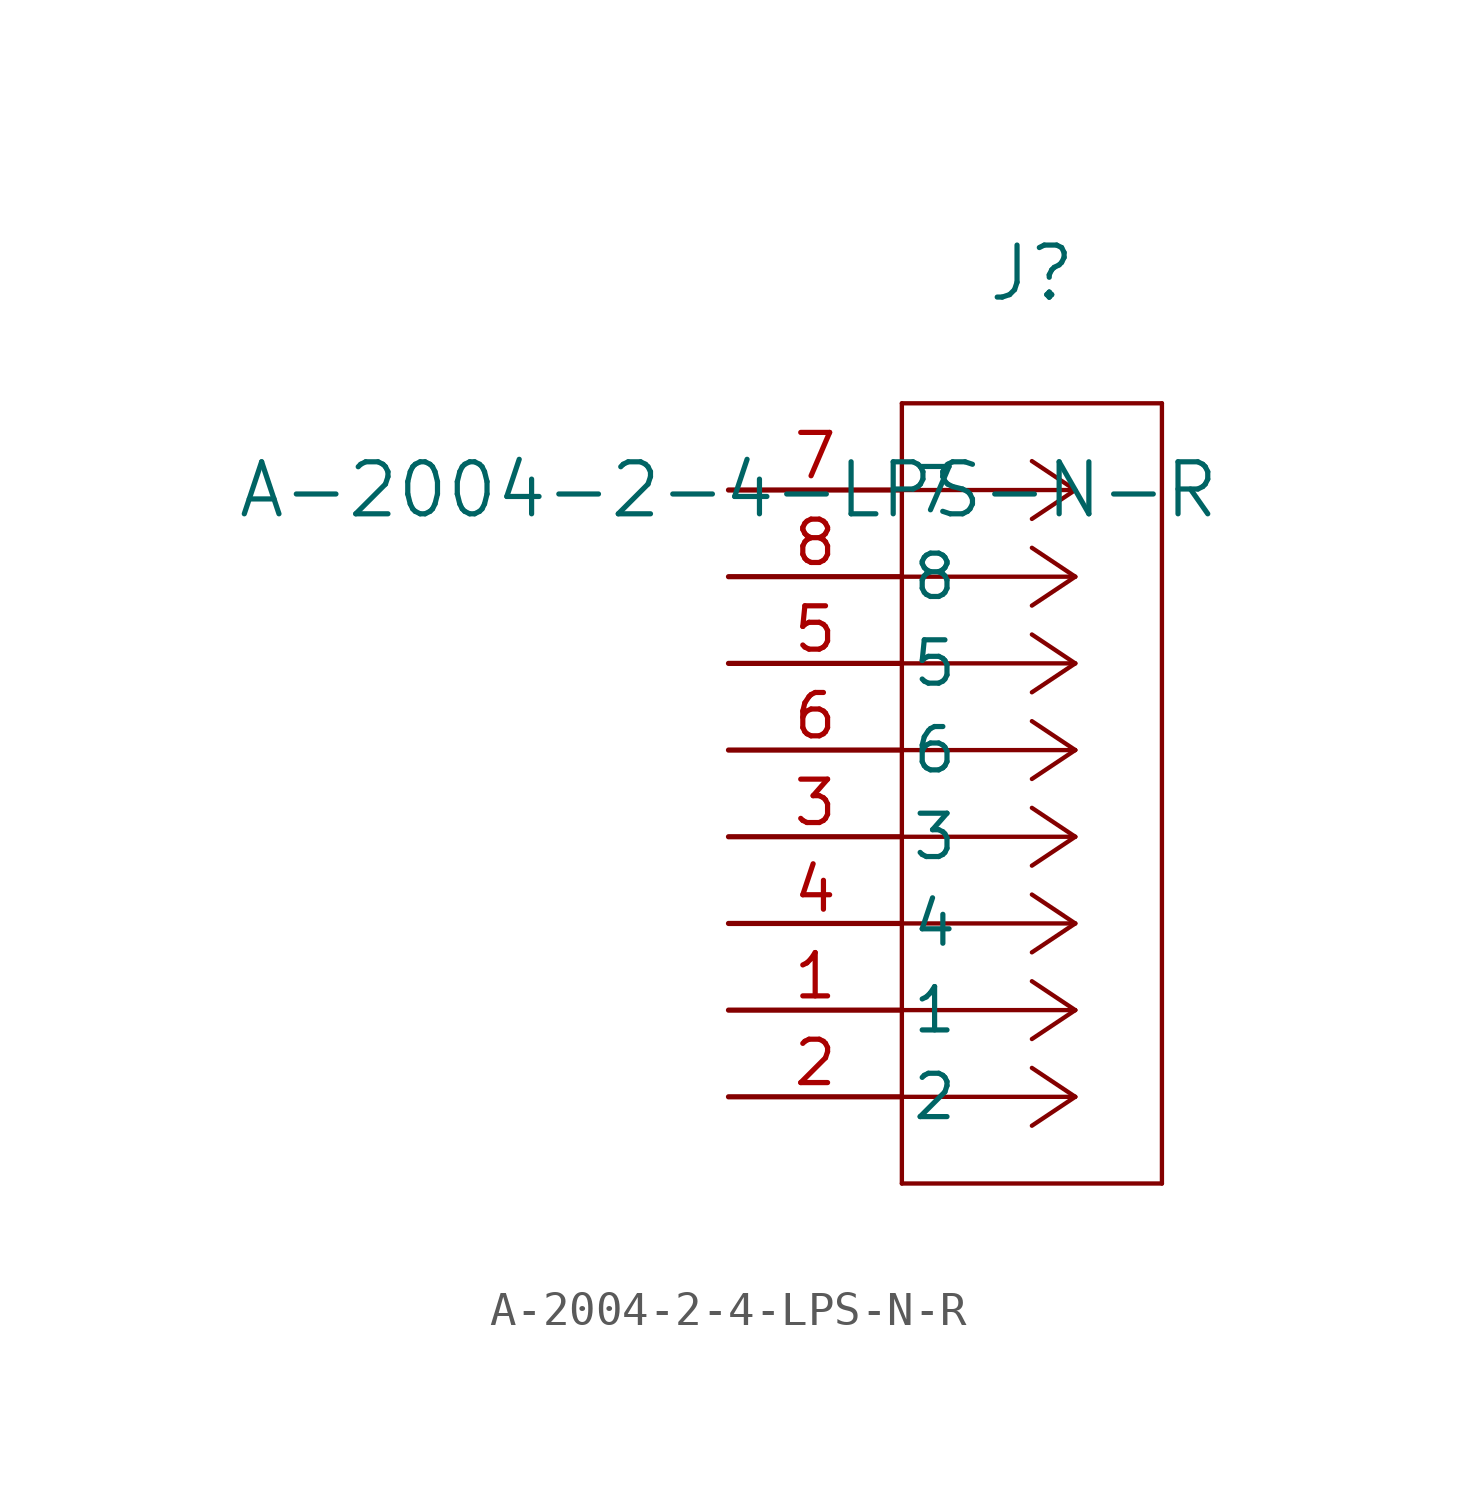
<source format=kicad_sym>
(kicad_symbol_lib
  (version 20211014)
  (generator kicad_symbol_editor)
  (symbol "A-2004-2-4-LPS-N-R"
    (pin_names
      (offset 0.254))
    (property "Reference" "J"
      (at 8.89 6.35 0)
      (effects (font (size 1.524 1.524))))
    (property "Value" "A-2004-2-4-LPS-N-R"
      (at 0 0 0)
      (effects (font (size 1.524 1.524))))
    (symbol "A-2004-2-4-LPS-N-R_0_1"
      (polyline (pts (xy 10.16 0) (xy 5.08 0)) (stroke (width 0.127) (type default) (color 0 0 0 0)) (fill (type none)))
      (polyline (pts (xy 10.16 -2.54) (xy 5.08 -2.54)) (stroke (width 0.127) (type default) (color 0 0 0 0)) (fill (type none)))
      (polyline (pts (xy 10.16 -5.08) (xy 5.08 -5.08)) (stroke (width 0.127) (type default) (color 0 0 0 0)) (fill (type none)))
      (polyline (pts (xy 10.16 -7.62) (xy 5.08 -7.62)) (stroke (width 0.127) (type default) (color 0 0 0 0)) (fill (type none)))
      (polyline (pts (xy 10.16 -10.16) (xy 5.08 -10.16)) (stroke (width 0.127) (type default) (color 0 0 0 0)) (fill (type none)))
      (polyline (pts (xy 10.16 -12.7) (xy 5.08 -12.7)) (stroke (width 0.127) (type default) (color 0 0 0 0)) (fill (type none)))
      (polyline (pts (xy 10.16 -15.24) (xy 5.08 -15.24)) (stroke (width 0.127) (type default) (color 0 0 0 0)) (fill (type none)))
      (polyline (pts (xy 10.16 -17.78) (xy 5.08 -17.78)) (stroke (width 0.127) (type default) (color 0 0 0 0)) (fill (type none)))
      (polyline (pts (xy 10.16 0) (xy 8.89 0.847)) (stroke (width 0.127) (type default) (color 0 0 0 0)) (fill (type none)))
      (polyline (pts (xy 10.16 -2.54) (xy 8.89 -1.693)) (stroke (width 0.127) (type default) (color 0 0 0 0)) (fill (type none)))
      (polyline (pts (xy 10.16 -5.08) (xy 8.89 -4.233)) (stroke (width 0.127) (type default) (color 0 0 0 0)) (fill (type none)))
      (polyline (pts (xy 10.16 -7.62) (xy 8.89 -6.773)) (stroke (width 0.127) (type default) (color 0 0 0 0)) (fill (type none)))
      (polyline (pts (xy 10.16 -10.16) (xy 8.89 -9.313)) (stroke (width 0.127) (type default) (color 0 0 0 0)) (fill (type none)))
      (polyline (pts (xy 10.16 -12.7) (xy 8.89 -11.853)) (stroke (width 0.127) (type default) (color 0 0 0 0)) (fill (type none)))
      (polyline (pts (xy 10.16 -15.24) (xy 8.89 -14.393)) (stroke (width 0.127) (type default) (color 0 0 0 0)) (fill (type none)))
      (polyline (pts (xy 10.16 -17.78) (xy 8.89 -16.933)) (stroke (width 0.127) (type default) (color 0 0 0 0)) (fill (type none)))
      (polyline (pts (xy 10.16 0) (xy 8.89 -0.847)) (stroke (width 0.127) (type default) (color 0 0 0 0)) (fill (type none)))
      (polyline (pts (xy 10.16 -2.54) (xy 8.89 -3.387)) (stroke (width 0.127) (type default) (color 0 0 0 0)) (fill (type none)))
      (polyline (pts (xy 10.16 -5.08) (xy 8.89 -5.927)) (stroke (width 0.127) (type default) (color 0 0 0 0)) (fill (type none)))
      (polyline (pts (xy 10.16 -7.62) (xy 8.89 -8.467)) (stroke (width 0.127) (type default) (color 0 0 0 0)) (fill (type none)))
      (polyline (pts (xy 10.16 -10.16) (xy 8.89 -11.007)) (stroke (width 0.127) (type default) (color 0 0 0 0)) (fill (type none)))
      (polyline (pts (xy 10.16 -12.7) (xy 8.89 -13.547)) (stroke (width 0.127) (type default) (color 0 0 0 0)) (fill (type none)))
      (polyline (pts (xy 10.16 -15.24) (xy 8.89 -16.087)) (stroke (width 0.127) (type default) (color 0 0 0 0)) (fill (type none)))
      (polyline (pts (xy 10.16 -17.78) (xy 8.89 -18.627)) (stroke (width 0.127) (type default) (color 0 0 0 0)) (fill (type none)))
      (polyline (pts (xy 5.08 2.54) (xy 5.08 -20.32)) (stroke (width 0.127) (type default) (color 0 0 0 0)) (fill (type none)))
      (polyline (pts (xy 5.08 -20.32) (xy 12.7 -20.32)) (stroke (width 0.127) (type default) (color 0 0 0 0)) (fill (type none)))
      (polyline (pts (xy 12.7 -20.32) (xy 12.7 2.54)) (stroke (width 0.127) (type default) (color 0 0 0 0)) (fill (type none)))
      (polyline (pts (xy 12.7 2.54) (xy 5.08 2.54)) (stroke (width 0.127) (type default) (color 0 0 0 0)) (fill (type none)))
      (pin unspecified line (at 0 0 0) (length 5.08) (name "7" (effects (font (size 1.27 1.27)))) (number "7" (effects (font (size 1.27 1.27)))))
      (pin unspecified line (at 0 -2.54 0) (length 5.08) (name "8" (effects (font (size 1.27 1.27)))) (number "8" (effects (font (size 1.27 1.27)))))
      (pin unspecified line (at 0 -5.08 0) (length 5.08) (name "5" (effects (font (size 1.27 1.27)))) (number "5" (effects (font (size 1.27 1.27)))))
      (pin unspecified line (at 0 -7.62 0) (length 5.08) (name "6" (effects (font (size 1.27 1.27)))) (number "6" (effects (font (size 1.27 1.27)))))
      (pin unspecified line (at 0 -10.16 0) (length 5.08) (name "3" (effects (font (size 1.27 1.27)))) (number "3" (effects (font (size 1.27 1.27)))))
      (pin unspecified line (at 0 -12.7 0) (length 5.08) (name "4" (effects (font (size 1.27 1.27)))) (number "4" (effects (font (size 1.27 1.27)))))
      (pin unspecified line (at 0 -15.24 0) (length 5.08) (name "1" (effects (font (size 1.27 1.27)))) (number "1" (effects (font (size 1.27 1.27)))))
      (pin unspecified line (at 0 -17.78 0) (length 5.08) (name "2" (effects (font (size 1.27 1.27)))) (number "2" (effects (font (size 1.27 1.27))))))))
</source>
